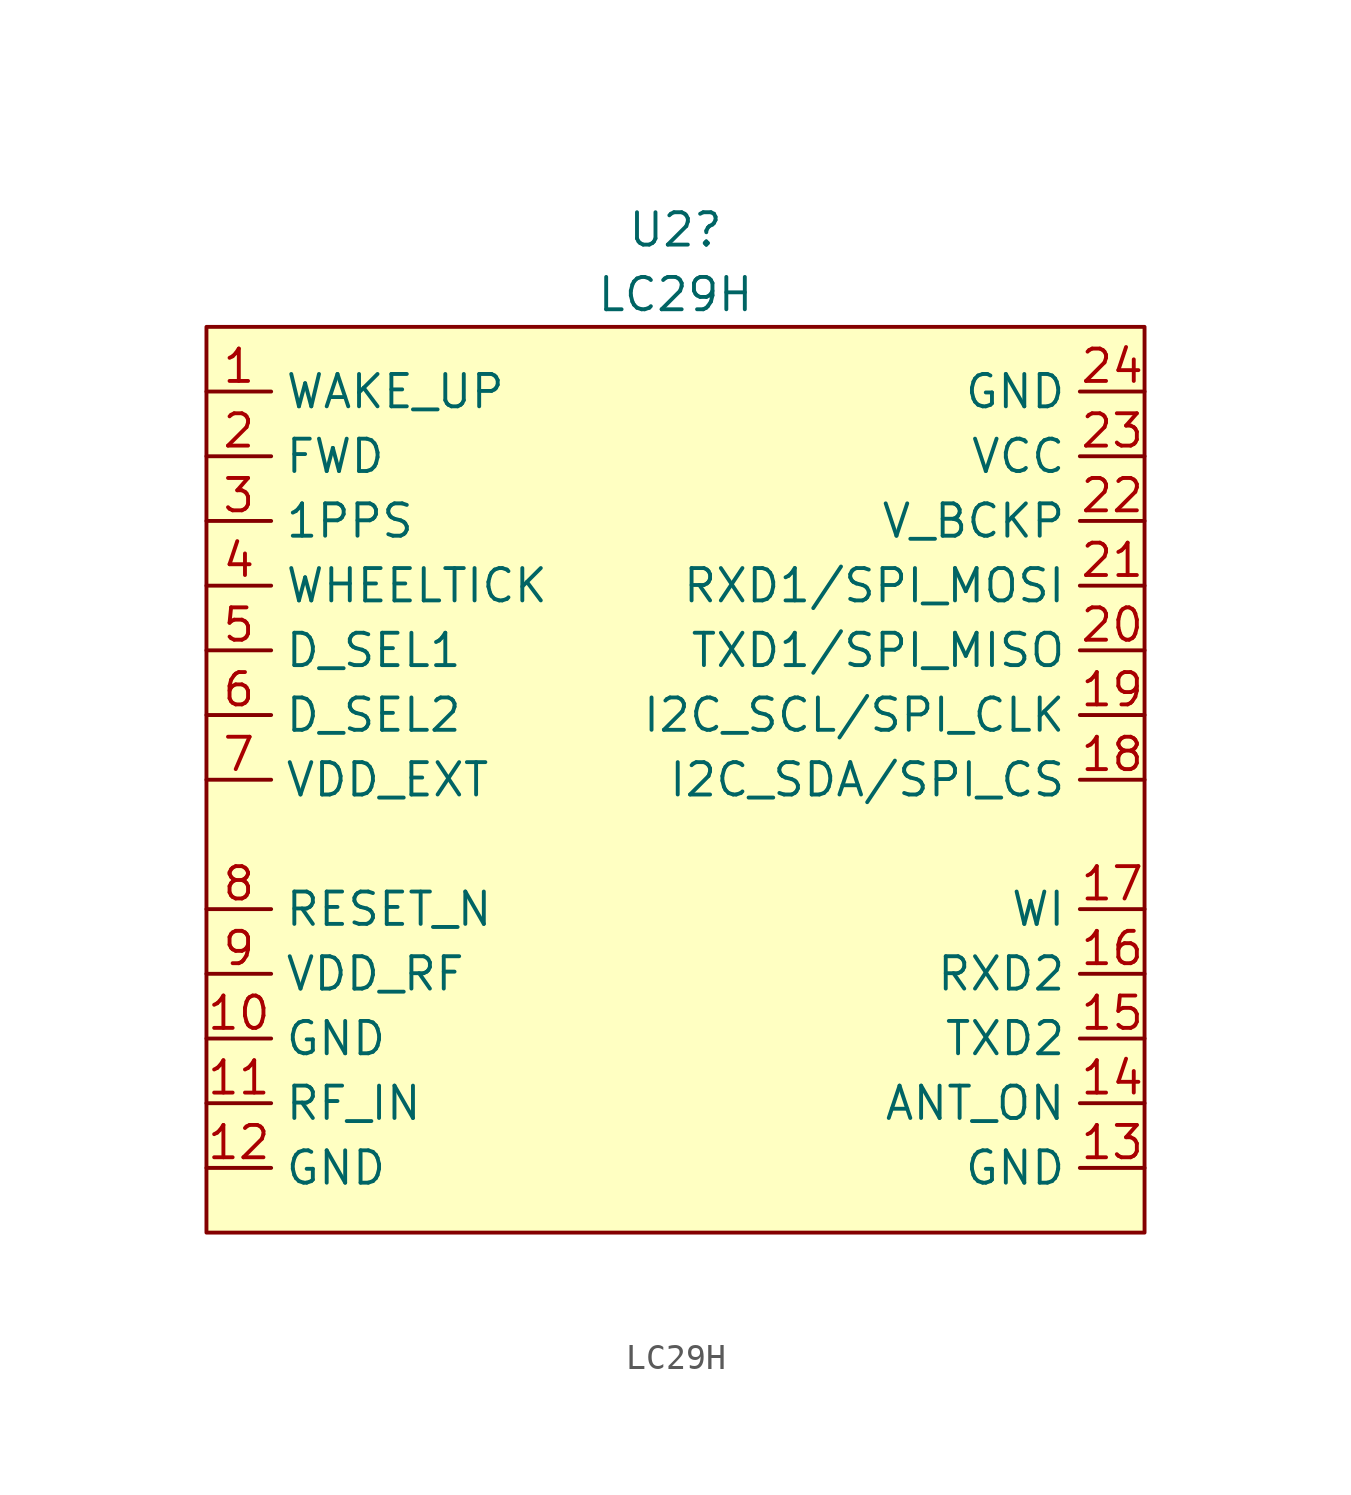
<source format=kicad_sym>
(kicad_symbol_lib
  (version 20231120)
  (generator "kicad_symbol_editor")
  (generator_version "8.0")
  (symbol "LC29H"
    (property "Reference" "U2"
      (at -0.635 21.59 0)
      (effects (font (size 1.27 1.27))))
    (property "Value" "LC29H"
      (at -0.635 19.05 0)
      (effects (font (size 1.27 1.27))))
    (symbol "LC29H_1_1"
      (rectangle (start -19.05 17.78) (end 17.78 -17.78) (stroke (width 0) (type default)) (fill (type background)))
      (pin input line (at -19.05 15.24 0) (length 2.54) (name "WAKE_UP" (effects (font (size 1.27 1.27)))) (number "1" (effects (font (size 1.27 1.27)))))
      (pin power_in line (at -19.05 -10.16 0) (length 2.54) (name "GND" (effects (font (size 1.27 1.27)))) (number "10" (effects (font (size 1.27 1.27)))))
      (pin input line (at -19.05 -12.7 0) (length 2.54) (name "RF_IN" (effects (font (size 1.27 1.27)))) (number "11" (effects (font (size 1.27 1.27)))))
      (pin power_in line (at -19.05 -15.24 0) (length 2.54) (name "GND" (effects (font (size 1.27 1.27)))) (number "12" (effects (font (size 1.27 1.27)))))
      (pin input line (at 17.78 -15.24 180) (length 2.54) (name "GND" (effects (font (size 1.27 1.27)))) (number "13" (effects (font (size 1.27 1.27)))))
      (pin bidirectional line (at 17.78 -12.7 180) (length 2.54) (name "ANT_ON" (effects (font (size 1.27 1.27)))) (number "14" (effects (font (size 1.27 1.27)))))
      (pin output line (at 17.78 -10.16 180) (length 2.54) (name "TXD2" (effects (font (size 1.27 1.27)))) (number "15" (effects (font (size 1.27 1.27)))))
      (pin bidirectional line (at 17.78 -7.62 180) (length 2.54) (name "RXD2" (effects (font (size 1.27 1.27)))) (number "16" (effects (font (size 1.27 1.27)))))
      (pin bidirectional line (at 17.78 -5.08 180) (length 2.54) (name "WI" (effects (font (size 1.27 1.27)))) (number "17" (effects (font (size 1.27 1.27)))))
      (pin bidirectional line (at 17.78 0 180) (length 2.54) (name "I2C_SDA/SPI_CS" (effects (font (size 1.27 1.27)))) (number "18" (effects (font (size 1.27 1.27)))))
      (pin bidirectional line (at 17.78 2.54 180) (length 2.54) (name "I2C_SCL/SPI_CLK" (effects (font (size 1.27 1.27)))) (number "19" (effects (font (size 1.27 1.27)))))
      (pin bidirectional line (at -19.05 12.7 0) (length 2.54) (name "FWD" (effects (font (size 1.27 1.27)))) (number "2" (effects (font (size 1.27 1.27)))))
      (pin output line (at 17.78 5.08 180) (length 2.54) (name "TXD1/SPI_MISO" (effects (font (size 1.27 1.27)))) (number "20" (effects (font (size 1.27 1.27)))))
      (pin bidirectional line (at 17.78 7.62 180) (length 2.54) (name "RXD1/SPI_MOSI" (effects (font (size 1.27 1.27)))) (number "21" (effects (font (size 1.27 1.27)))))
      (pin input line (at 17.78 10.16 180) (length 2.54) (name "V_BCKP" (effects (font (size 1.27 1.27)))) (number "22" (effects (font (size 1.27 1.27)))))
      (pin input line (at 17.78 12.7 180) (length 2.54) (name "VCC" (effects (font (size 1.27 1.27)))) (number "23" (effects (font (size 1.27 1.27)))))
      (pin power_in line (at 17.78 15.24 180) (length 2.54) (name "GND" (effects (font (size 1.27 1.27)))) (number "24" (effects (font (size 1.27 1.27)))))
      (pin output line (at -19.05 10.16 0) (length 2.54) (name "1PPS" (effects (font (size 1.27 1.27)))) (number "3" (effects (font (size 1.27 1.27)))))
      (pin bidirectional line (at -19.05 7.62 0) (length 2.54) (name "WHEELTICK" (effects (font (size 1.27 1.27)))) (number "4" (effects (font (size 1.27 1.27)))))
      (pin input line (at -19.05 5.08 0) (length 2.54) (name "D_SEL1" (effects (font (size 1.27 1.27)))) (number "5" (effects (font (size 1.27 1.27)))))
      (pin input line (at -19.05 2.54 0) (length 2.54) (name "D_SEL2" (effects (font (size 1.27 1.27)))) (number "6" (effects (font (size 1.27 1.27)))))
      (pin power_out line (at -19.05 0 0) (length 2.54) (name "VDD_EXT" (effects (font (size 1.27 1.27)))) (number "7" (effects (font (size 1.27 1.27)))))
      (pin input line (at -19.05 -5.08 0) (length 2.54) (name "RESET_N" (effects (font (size 1.27 1.27)))) (number "8" (effects (font (size 1.27 1.27)))))
      (pin power_out line (at -19.05 -7.62 0) (length 2.54) (name "VDD_RF" (effects (font (size 1.27 1.27)))) (number "9" (effects (font (size 1.27 1.27))))))))
</source>
